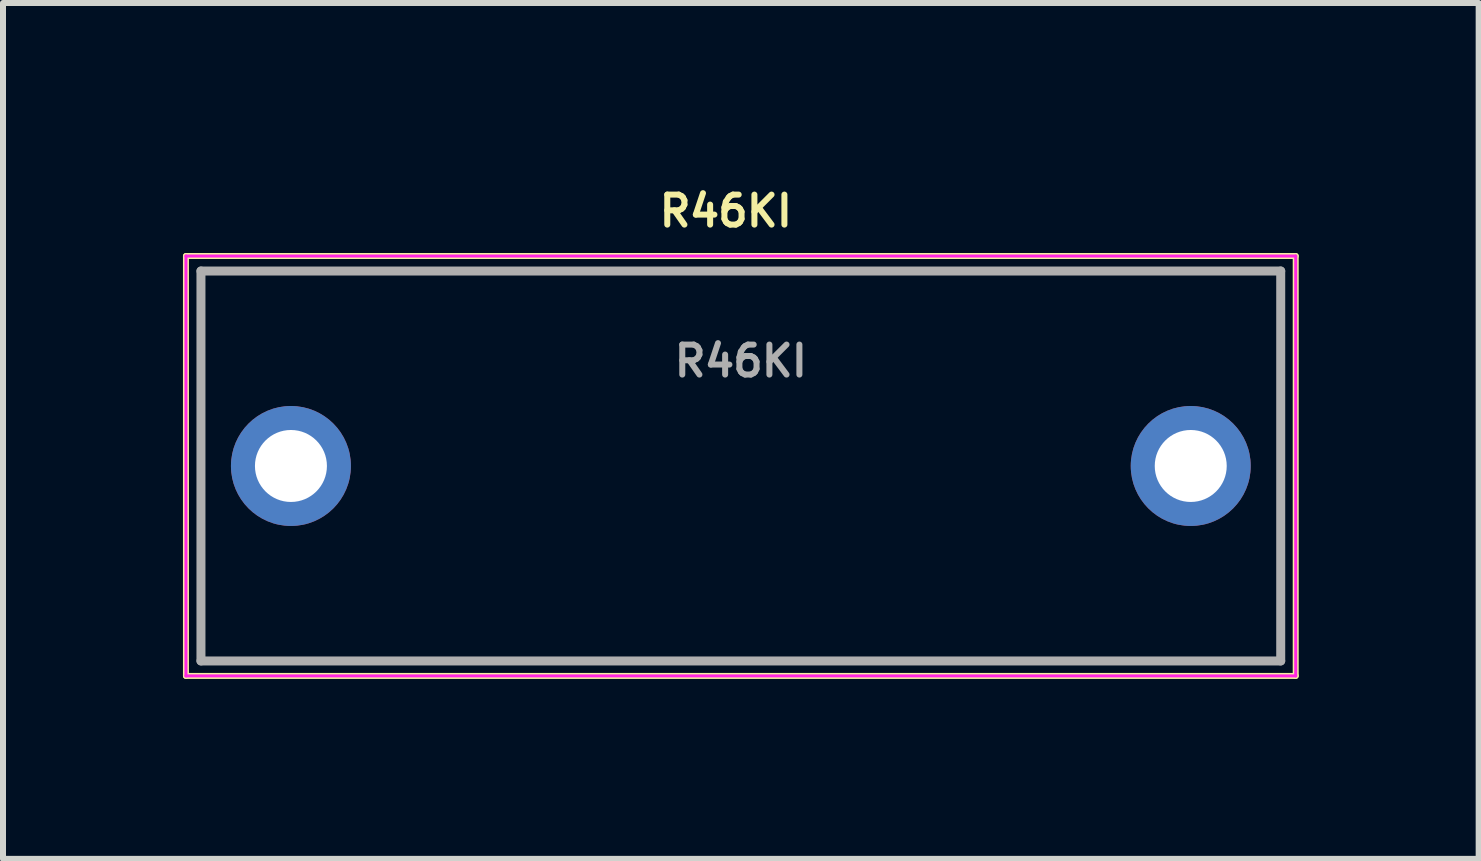
<source format=kicad_pcb>
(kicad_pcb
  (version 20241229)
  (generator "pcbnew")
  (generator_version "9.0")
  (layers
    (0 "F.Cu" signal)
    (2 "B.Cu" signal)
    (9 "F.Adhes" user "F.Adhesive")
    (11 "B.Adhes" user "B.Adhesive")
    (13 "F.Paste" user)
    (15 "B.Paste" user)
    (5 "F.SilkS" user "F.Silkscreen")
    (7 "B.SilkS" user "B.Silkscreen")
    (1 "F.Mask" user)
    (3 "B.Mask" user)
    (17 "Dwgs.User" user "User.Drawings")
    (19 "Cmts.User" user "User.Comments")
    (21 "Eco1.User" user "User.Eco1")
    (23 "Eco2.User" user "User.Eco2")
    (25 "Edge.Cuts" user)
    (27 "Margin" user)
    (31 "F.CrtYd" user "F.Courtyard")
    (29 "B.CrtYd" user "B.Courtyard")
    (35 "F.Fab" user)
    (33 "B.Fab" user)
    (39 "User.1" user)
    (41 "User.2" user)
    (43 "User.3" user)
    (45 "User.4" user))
  (footprint "R46KI"
    (layer "F.Cu")
    (at 9.3 4.718)
    (property "Reference" "R46KI" (at -0.25 -4.25 0) (layer "F.SilkS") (effects (font (size 0.5 0.5) (thickness 0.1))))
    (attr through_hole)
    (fp_line (start -9.25 -3.5) (end 9.25 -3.5) (stroke (width 0.1) (type solid)) (layer "F.SilkS"))
    (fp_line (start -9.25 3.5) (end -9.25 -3.5) (stroke (width 0.1) (type solid)) (layer "F.SilkS"))
    (fp_line (start 9.25 -3.5) (end 9.25 3.5) (stroke (width 0.1) (type solid)) (layer "F.SilkS"))
    (fp_line (start 9.25 3.5) (end -9.25 3.5) (stroke (width 0.1) (type solid)) (layer "F.SilkS"))
    (fp_line (start -9.25 -3.5) (end -9.25 3.5) (stroke (width 0.05) (type solid)) (layer "F.CrtYd"))
    (fp_line (start -9.25 -3.5) (end 9.25 -3.5) (stroke (width 0.05) (type solid)) (layer "F.CrtYd"))
    (fp_line (start -9.25 3.5) (end 9.25 3.5) (stroke (width 0.05) (type solid)) (layer "F.CrtYd"))
    (fp_line (start 9.25 -3.5) (end 9.25 3.5) (stroke (width 0.05) (type solid)) (layer "F.CrtYd"))
    (fp_line (start -9 -3.25) (end -9 3.25) (stroke (width 0.15) (type solid)) (layer "F.Fab"))
    (fp_line (start -9 3.25) (end 9 3.25) (stroke (width 0.15) (type solid)) (layer "F.Fab"))
    (fp_line (start 9 -3.25) (end -9 -3.25) (stroke (width 0.15) (type solid)) (layer "F.Fab"))
    (fp_line (start 9 3.25) (end 9 -3.25) (stroke (width 0.15) (type solid)) (layer "F.Fab"))
    (fp_text user "${REFERENCE}" (at 0 -1.75 0) (layer "F.Fab") (effects (font (size 0.5 0.5) (thickness 0.1))))
    (pad "1" thru_hole circle (at -7.5 0) (size 2 2) (drill 1.2) (layers "*.Cu" "*.Mask"))
    (pad "2" thru_hole circle (at 7.5 0) (size 2 2) (drill 1.2) (layers "*.Cu" "*.Mask")))
  (gr_rect
    (start -3 -3)
    (end 21.6 11.268)
    (stroke (width 0.1) (type default))
    (fill no)
    (layer "Edge.Cuts")))
</source>
